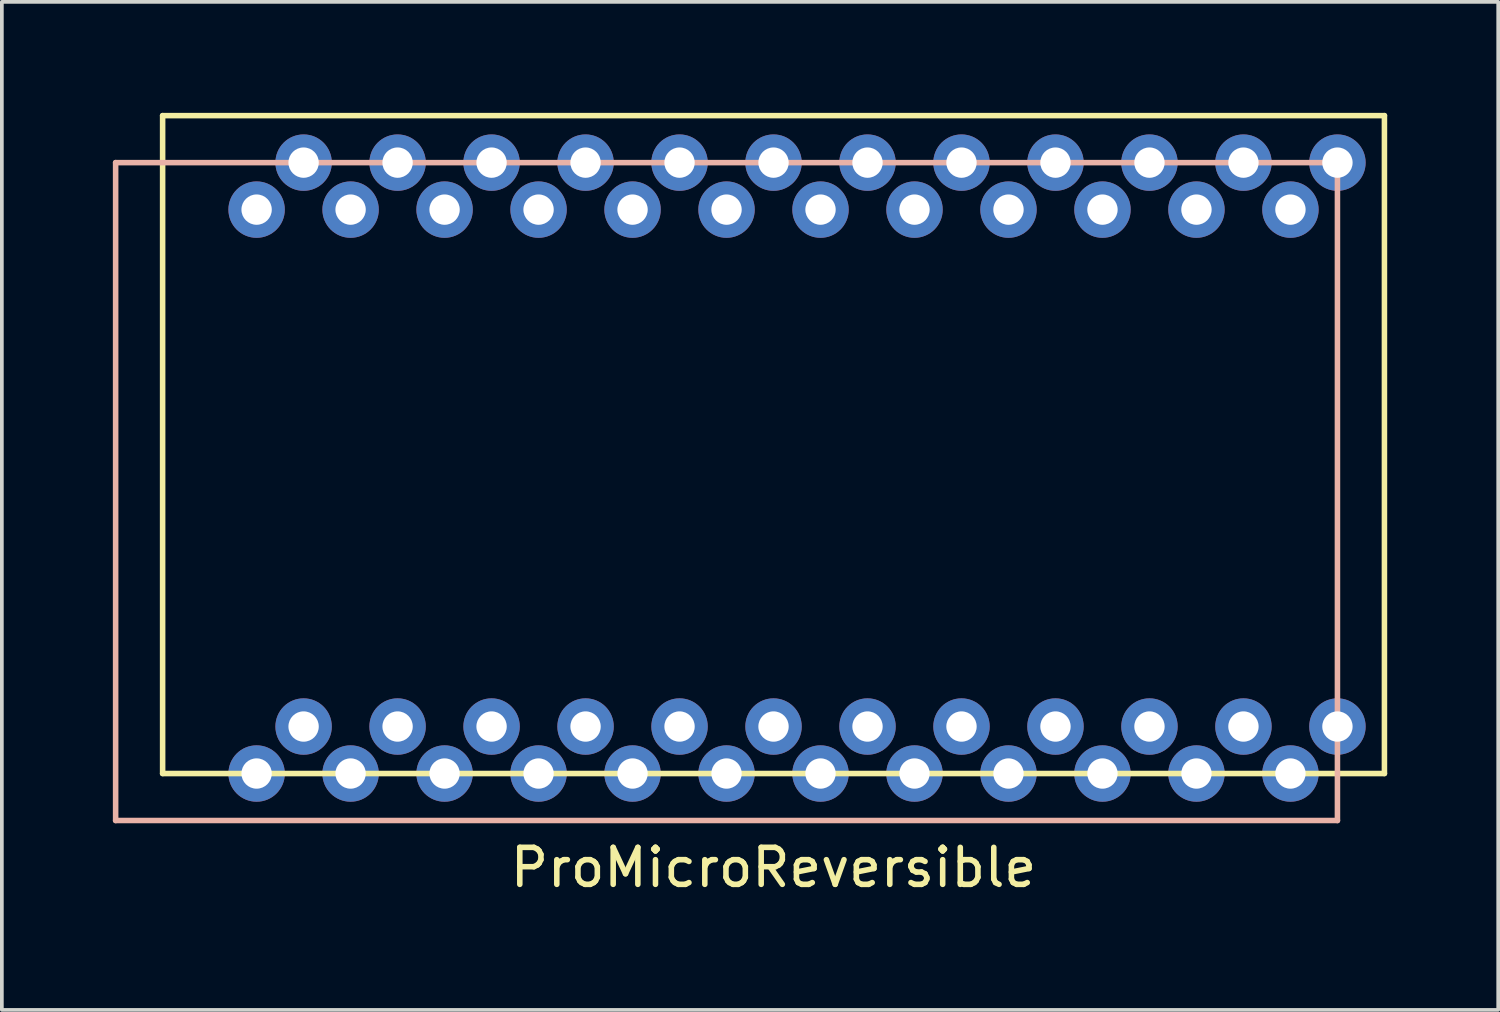
<source format=kicad_pcb>
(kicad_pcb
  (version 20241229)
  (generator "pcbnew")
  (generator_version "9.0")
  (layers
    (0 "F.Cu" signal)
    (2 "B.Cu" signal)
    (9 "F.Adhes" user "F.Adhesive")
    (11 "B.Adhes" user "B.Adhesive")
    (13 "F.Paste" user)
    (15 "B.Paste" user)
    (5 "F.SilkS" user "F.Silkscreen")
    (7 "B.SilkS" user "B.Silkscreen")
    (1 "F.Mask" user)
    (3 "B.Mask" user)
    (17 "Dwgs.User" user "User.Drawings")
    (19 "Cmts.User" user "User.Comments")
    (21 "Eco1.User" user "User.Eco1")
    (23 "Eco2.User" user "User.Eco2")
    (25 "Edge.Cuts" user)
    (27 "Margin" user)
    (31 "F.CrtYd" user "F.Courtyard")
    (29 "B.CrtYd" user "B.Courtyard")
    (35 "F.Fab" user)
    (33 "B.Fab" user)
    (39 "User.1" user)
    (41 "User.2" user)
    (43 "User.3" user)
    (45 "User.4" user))
  (footprint "ProMicroReversible"
    (layer "F.Cu")
    (at 17.855 10.235)
    (property "Reference" "ProMicroReversible" (at 0 10.16 0) (layer "F.SilkS") (effects (font (size 1 1) (thickness 0.15))))
    (attr through_hole)
    (fp_line (start -16.51 -10.16) (end 16.51 -10.16) (stroke (width 0.15) (type solid)) (layer "F.SilkS"))
    (fp_line (start -16.51 7.62) (end -16.51 -10.16) (stroke (width 0.15) (type solid)) (layer "F.SilkS"))
    (fp_line (start 16.51 -10.16) (end 16.51 7.62) (stroke (width 0.15) (type solid)) (layer "F.SilkS"))
    (fp_line (start 16.51 7.62) (end -16.51 7.62) (stroke (width 0.15) (type solid)) (layer "F.SilkS"))
    (fp_line (start -17.78 -8.89) (end 15.24 -8.89) (stroke (width 0.15) (type solid)) (layer "B.SilkS"))
    (fp_line (start -17.78 8.89) (end -17.78 -8.89) (stroke (width 0.15) (type solid)) (layer "B.SilkS"))
    (fp_line (start 15.24 -8.89) (end 15.24 8.89) (stroke (width 0.15) (type solid)) (layer "B.SilkS"))
    (fp_line (start 15.24 8.89) (end -17.78 8.89) (stroke (width 0.15) (type solid)) (layer "B.SilkS"))
    (pad "1" thru_hole circle (at -13.97 7.62) (size 1.524 1.524) (drill 0.82) (layers "*.Cu" "*.Mask"))
    (pad "1" thru_hole circle (at -12.7 -8.89) (size 1.524 1.524) (drill 0.82) (layers "*.Cu" "*.Mask"))
    (pad "2" thru_hole circle (at -11.43 7.62) (size 1.524 1.524) (drill 0.82) (layers "*.Cu" "*.Mask"))
    (pad "2" thru_hole circle (at -10.16 -8.89) (size 1.524 1.524) (drill 0.82) (layers "*.Cu" "*.Mask"))
    (pad "3" thru_hole circle (at -8.89 7.62) (size 1.524 1.524) (drill 0.82) (layers "*.Cu" "*.Mask"))
    (pad "3" thru_hole circle (at -7.62 -8.89) (size 1.524 1.524) (drill 0.82) (layers "*.Cu" "*.Mask"))
    (pad "4" thru_hole circle (at -6.35 7.62) (size 1.524 1.524) (drill 0.82) (layers "*.Cu" "*.Mask"))
    (pad "4" thru_hole circle (at -5.08 -8.89) (size 1.524 1.524) (drill 0.82) (layers "*.Cu" "*.Mask"))
    (pad "5" thru_hole circle (at -3.81 7.62) (size 1.524 1.524) (drill 0.82) (layers "*.Cu" "*.Mask"))
    (pad "5" thru_hole circle (at -2.54 -8.89) (size 1.524 1.524) (drill 0.82) (layers "*.Cu" "*.Mask"))
    (pad "6" thru_hole circle (at -1.27 7.62) (size 1.524 1.524) (drill 0.82) (layers "*.Cu" "*.Mask"))
    (pad "6" thru_hole circle (at 0 -8.89) (size 1.524 1.524) (drill 0.82) (layers "*.Cu" "*.Mask"))
    (pad "7" thru_hole circle (at 1.27 7.62) (size 1.524 1.524) (drill 0.82) (layers "*.Cu" "*.Mask"))
    (pad "7" thru_hole circle (at 2.54 -8.89) (size 1.524 1.524) (drill 0.82) (layers "*.Cu" "*.Mask"))
    (pad "8" thru_hole circle (at 3.81 7.62) (size 1.524 1.524) (drill 0.82) (layers "*.Cu" "*.Mask"))
    (pad "8" thru_hole circle (at 5.08 -8.89) (size 1.524 1.524) (drill 0.82) (layers "*.Cu" "*.Mask"))
    (pad "9" thru_hole circle (at 6.35 7.62) (size 1.524 1.524) (drill 0.82) (layers "*.Cu" "*.Mask"))
    (pad "9" thru_hole circle (at 7.62 -8.89) (size 1.524 1.524) (drill 0.82) (layers "*.Cu" "*.Mask"))
    (pad "10" thru_hole circle (at 8.89 7.62) (size 1.524 1.524) (drill 0.82) (layers "*.Cu" "*.Mask"))
    (pad "10" thru_hole circle (at 10.16 -8.89) (size 1.524 1.524) (drill 0.82) (layers "*.Cu" "*.Mask"))
    (pad "11" thru_hole circle (at 11.43 7.62) (size 1.524 1.524) (drill 0.82) (layers "*.Cu" "*.Mask"))
    (pad "11" thru_hole circle (at 12.7 -8.89) (size 1.524 1.524) (drill 0.82) (layers "*.Cu" "*.Mask"))
    (pad "12" thru_hole circle (at 13.97 7.62) (size 1.524 1.524) (drill 0.82) (layers "*.Cu" "*.Mask"))
    (pad "12" thru_hole circle (at 15.24 -8.89) (size 1.524 1.524) (drill 0.82) (layers "*.Cu" "*.Mask"))
    (pad "13" thru_hole circle (at 13.97 -7.62) (size 1.524 1.524) (drill 0.82) (layers "*.Cu" "*.Mask"))
    (pad "13" thru_hole circle (at 15.24 6.35) (size 1.524 1.524) (drill 0.82) (layers "*.Cu" "*.Mask"))
    (pad "14" thru_hole circle (at 11.43 -7.62) (size 1.524 1.524) (drill 0.82) (layers "*.Cu" "*.Mask"))
    (pad "14" thru_hole circle (at 12.7 6.35) (size 1.524 1.524) (drill 0.82) (layers "*.Cu" "*.Mask"))
    (pad "15" thru_hole circle (at 8.89 -7.62) (size 1.524 1.524) (drill 0.82) (layers "*.Cu" "*.Mask"))
    (pad "15" thru_hole circle (at 10.16 6.35) (size 1.524 1.524) (drill 0.82) (layers "*.Cu" "*.Mask"))
    (pad "16" thru_hole circle (at 6.35 -7.62) (size 1.524 1.524) (drill 0.82) (layers "*.Cu" "*.Mask"))
    (pad "16" thru_hole circle (at 7.62 6.35) (size 1.524 1.524) (drill 0.82) (layers "*.Cu" "*.Mask"))
    (pad "17" thru_hole circle (at 3.81 -7.62) (size 1.524 1.524) (drill 0.82) (layers "*.Cu" "*.Mask"))
    (pad "17" thru_hole circle (at 5.08 6.35) (size 1.524 1.524) (drill 0.82) (layers "*.Cu" "*.Mask"))
    (pad "18" thru_hole circle (at 1.27 -7.62) (size 1.524 1.524) (drill 0.82) (layers "*.Cu" "*.Mask"))
    (pad "18" thru_hole circle (at 2.54 6.35) (size 1.524 1.524) (drill 0.82) (layers "*.Cu" "*.Mask"))
    (pad "19" thru_hole circle (at -1.27 -7.62) (size 1.524 1.524) (drill 0.82) (layers "*.Cu" "*.Mask"))
    (pad "19" thru_hole circle (at 0 6.35) (size 1.524 1.524) (drill 0.82) (layers "*.Cu" "*.Mask"))
    (pad "20" thru_hole circle (at -3.81 -7.62) (size 1.524 1.524) (drill 0.82) (layers "*.Cu" "*.Mask"))
    (pad "20" thru_hole circle (at -2.54 6.35) (size 1.524 1.524) (drill 0.82) (layers "*.Cu" "*.Mask"))
    (pad "21" thru_hole circle (at -6.35 -7.62) (size 1.524 1.524) (drill 0.82) (layers "*.Cu" "*.Mask"))
    (pad "21" thru_hole circle (at -5.08 6.35) (size 1.524 1.524) (drill 0.82) (layers "*.Cu" "*.Mask"))
    (pad "22" thru_hole circle (at -8.89 -7.62) (size 1.524 1.524) (drill 0.82) (layers "*.Cu" "*.Mask"))
    (pad "22" thru_hole circle (at -7.62 6.35) (size 1.524 1.524) (drill 0.82) (layers "*.Cu" "*.Mask"))
    (pad "23" thru_hole circle (at -11.43 -7.62) (size 1.524 1.524) (drill 0.82) (layers "*.Cu" "*.Mask"))
    (pad "23" thru_hole circle (at -10.16 6.35) (size 1.524 1.524) (drill 0.82) (layers "*.Cu" "*.Mask"))
    (pad "24" thru_hole circle (at -13.97 -7.62) (size 1.524 1.524) (drill 0.82) (layers "*.Cu" "*.Mask"))
    (pad "24" thru_hole circle (at -12.7 6.35) (size 1.524 1.524) (drill 0.82) (layers "*.Cu" "*.Mask")))
  (gr_rect
    (start -3 -3)
    (end 37.44 24.243)
    (stroke (width 0.1) (type default))
    (fill no)
    (layer "Edge.Cuts")))
</source>
